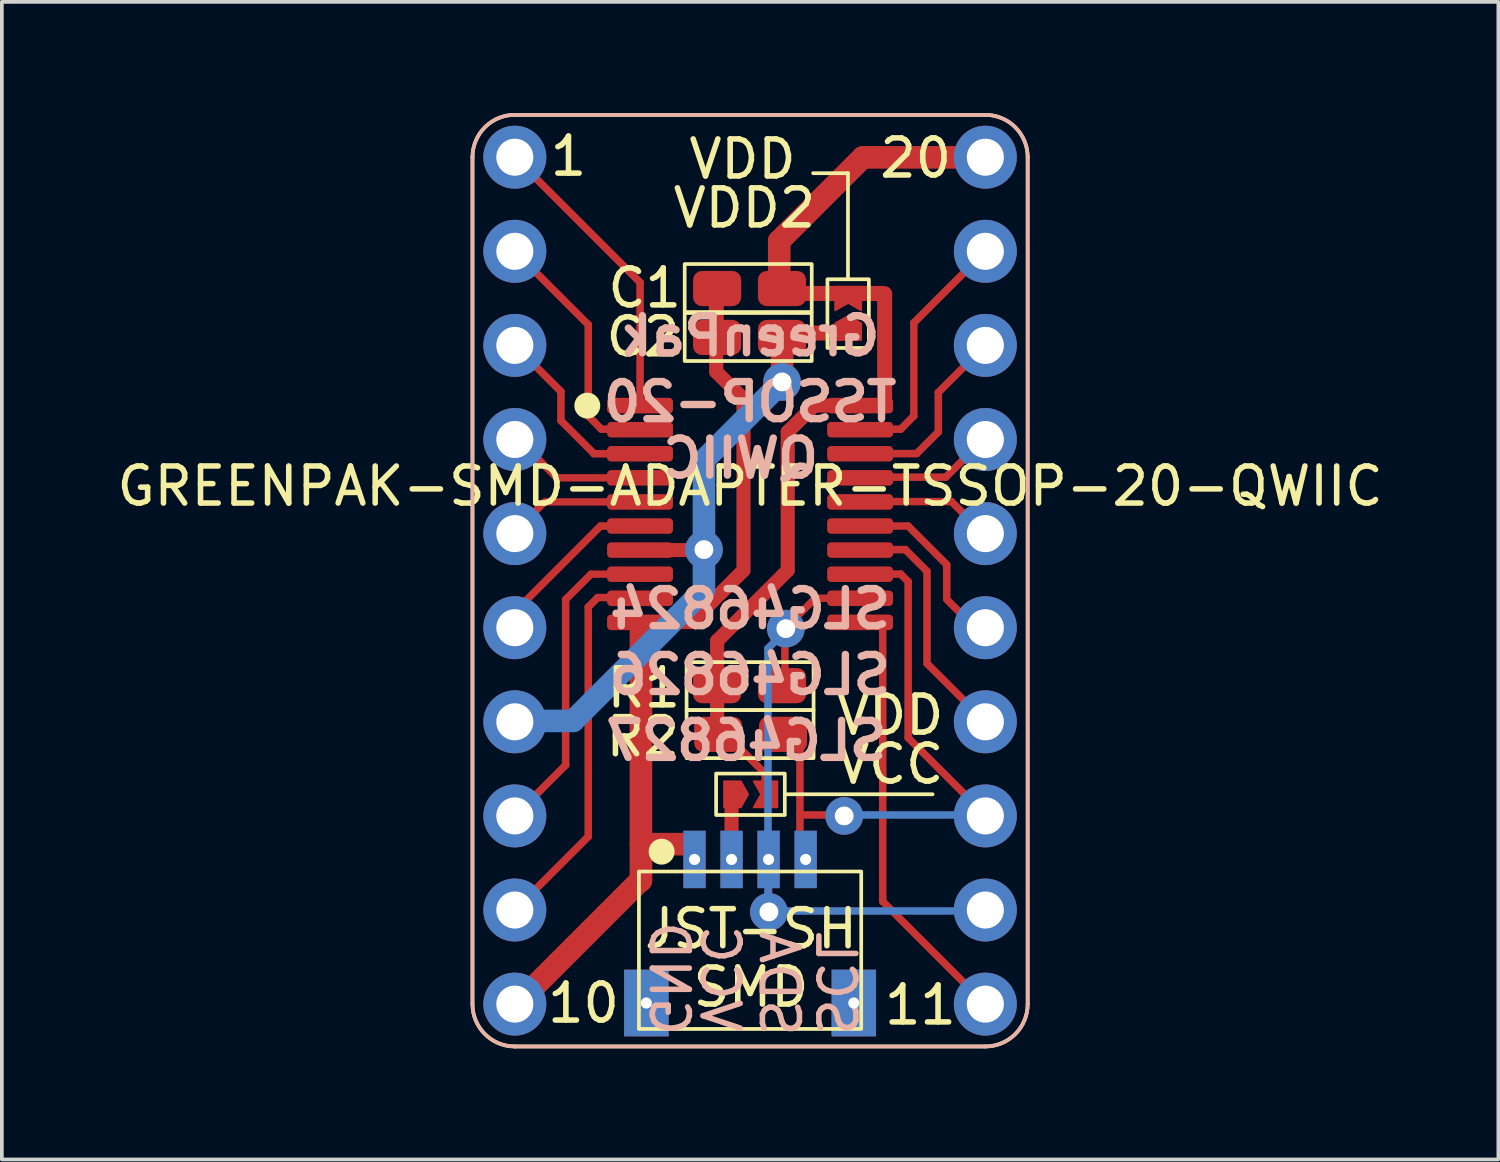
<source format=kicad_pcb>
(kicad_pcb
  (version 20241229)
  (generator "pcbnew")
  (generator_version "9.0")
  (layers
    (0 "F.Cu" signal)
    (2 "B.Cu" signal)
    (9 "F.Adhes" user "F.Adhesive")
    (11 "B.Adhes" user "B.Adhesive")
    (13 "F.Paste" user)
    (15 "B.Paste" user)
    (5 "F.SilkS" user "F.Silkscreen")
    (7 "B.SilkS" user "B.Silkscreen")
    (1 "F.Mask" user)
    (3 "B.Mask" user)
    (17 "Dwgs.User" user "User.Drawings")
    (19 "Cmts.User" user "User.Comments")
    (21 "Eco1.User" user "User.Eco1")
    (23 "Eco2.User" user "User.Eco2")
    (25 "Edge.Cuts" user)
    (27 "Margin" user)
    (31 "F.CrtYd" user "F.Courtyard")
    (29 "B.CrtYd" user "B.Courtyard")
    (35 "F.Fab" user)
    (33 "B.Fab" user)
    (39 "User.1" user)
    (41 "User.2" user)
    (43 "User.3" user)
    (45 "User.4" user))
  (footprint "GREENPAK-SMD-ADAPTER-TSSOP-20-QWIIC"
    (layer "F.Cu")
    (at 17.196 12.623)
    (property "Reference" "GREENPAK-SMD-ADAPTER-TSSOP-20-QWIIC" (at 0 -2.55 0) (layer "F.SilkS") (effects (font (size 1 1) (thickness 0.15))))
    (attr smd)
    (fp_line (start -6.375 8.915) (end -4.37 6.91) (stroke (width 0.203) (type default)) (layer "F.Cu"))
    (fp_line (start -6.35 -11.43) (end -2.972 -8.052) (stroke (width 0.203) (type default)) (layer "F.Cu"))
    (fp_line (start -6.35 -8.89) (end -4.369 -6.909) (stroke (width 0.203) (type default)) (layer "F.Cu"))
    (fp_line (start -6.35 -6.35) (end -5.105 -5.105) (stroke (width 0.203) (type default)) (layer "F.Cu"))
    (fp_line (start -6.349 6.349) (end -4.978 4.978) (stroke (width 0.203) (type default)) (layer "F.Cu"))
    (fp_line (start -6.287 -3.849) (end -5.216 -2.777) (stroke (width 0.2) (type default)) (layer "F.Cu"))
    (fp_line (start -5.547 -2.124) (end -6.404 -1.267) (stroke (width 0.2) (type default)) (layer "F.Cu"))
    (fp_line (start -5.207 -2.775) (end -2.97 -2.775) (stroke (width 0.2) (type default)) (layer "F.Cu"))
    (fp_line (start -5.106 -4.321) (end -4.214 -3.429) (stroke (width 0.203) (type default)) (layer "F.Cu"))
    (fp_line (start -5.105 -4.318) (end -5.105 -5.105) (stroke (width 0.203) (type default)) (layer "F.Cu"))
    (fp_line (start -4.981 0.511) (end -4.296 -0.174) (stroke (width 0.2) (type default)) (layer "F.Cu"))
    (fp_line (start -4.978 0.508) (end -4.978 4.978) (stroke (width 0.203) (type default)) (layer "F.Cu"))
    (fp_line (start -4.369 -4.445) (end -4.369 -6.909) (stroke (width 0.203) (type default)) (layer "F.Cu"))
    (fp_line (start -4.369 0.711) (end -4.369 6.909) (stroke (width 0.203) (type default)) (layer "F.Cu"))
    (fp_line (start -4.368 0.711) (end -4.114 0.457) (stroke (width 0.203) (type default)) (layer "F.Cu"))
    (fp_line (start -4.039 -1.473) (end -6.5 0.988) (stroke (width 0.203) (type default)) (layer "F.Cu"))
    (fp_line (start -4.013 -4.089) (end -4.367 -4.443) (stroke (width 0.203) (type default)) (layer "F.Cu"))
    (fp_line (start -2.97 -4.725) (end -2.97 -8.052) (stroke (width 0.203) (type default)) (layer "F.Cu"))
    (fp_line (start -2.97 -4.089) (end -4.013 -4.089) (stroke (width 0.203) (type default)) (layer "F.Cu"))
    (fp_line (start -2.97 -3.425) (end -4.216 -3.425) (stroke (width 0.203) (type default)) (layer "F.Cu"))
    (fp_line (start -2.97 -2.125) (end -5.537 -2.125) (stroke (width 0.2) (type default)) (layer "F.Cu"))
    (fp_line (start -2.97 -1.475) (end -4.039 -1.475) (stroke (width 0.203) (type default)) (layer "F.Cu"))
    (fp_line (start -2.97 -0.175) (end -4.293 -0.175) (stroke (width 0.2) (type default)) (layer "F.Cu"))
    (fp_line (start -2.946 1.295) (end -2.946 8.103) (stroke (width 0.61) (type default)) (layer "F.Cu"))
    (fp_line (start -2.946 8.077) (end -6.388 11.519) (stroke (width 0.61) (type default)) (layer "F.Cu"))
    (fp_line (start -2.945 0.457) (end -4.115 0.457) (stroke (width 0.203) (type default)) (layer "F.Cu"))
    (fp_line (start -1.575 1.118) (end -2.997 1.118) (stroke (width 0.381) (type default)) (layer "F.Cu"))
    (fp_line (start -1.575 7.112) (end -2.946 7.112) (stroke (width 0.61) (type default)) (layer "F.Cu"))
    (fp_line (start -1.245 -0.825) (end -2.97 -0.825) (stroke (width 0.381) (type default)) (layer "F.Cu"))
    (fp_line (start -0.914 -6.564) (end -0.914 -7.885) (stroke (width 0.406) (type default)) (layer "F.Cu"))
    (fp_line (start -0.914 -6.477) (end -0.914 -5.639) (stroke (width 0.381) (type default)) (layer "F.Cu"))
    (fp_line (start -0.893 1.63) (end 1.015 -0.278) (stroke (width 0.381) (type default)) (layer "F.Cu"))
    (fp_line (start -0.889 1.626) (end -0.889 2.87) (stroke (width 0.381) (type default)) (layer "F.Cu"))
    (fp_line (start -0.889 2.834) (end -0.889 4.129) (stroke (width 0.381) (type default)) (layer "F.Cu"))
    (fp_line (start -0.5 7.525) (end -0.5 5.715) (stroke (width 0.381) (type default)) (layer "F.Cu"))
    (fp_line (start -0.489 4.312) (end 0.406 5.207) (stroke (width 0.203) (type default)) (layer "F.Cu"))
    (fp_line (start -0.185 -0.272) (end -1.573 1.116) (stroke (width 0.381) (type default)) (layer "F.Cu"))
    (fp_line (start -0.178 -4.903) (end -0.914 -5.639) (stroke (width 0.381) (type default)) (layer "F.Cu"))
    (fp_line (start -0.178 -4.902) (end -0.178 -0.279) (stroke (width 0.381) (type default)) (layer "F.Cu"))
    (fp_line (start 0.406 5.22) (end 0.406 5.588) (stroke (width 0.203) (type default)) (layer "F.Cu"))
    (fp_line (start 0.5 9.296) (end 0.5 7.525) (stroke (width 0.203) (type default)) (layer "F.Cu"))
    (fp_line (start 0.709 1.526) (end 1.76 0.475) (stroke (width 0.2) (type default)) (layer "F.Cu"))
    (fp_line (start 0.787 -9.169) (end 3.043 -11.425) (stroke (width 0.61) (type default)) (layer "F.Cu"))
    (fp_line (start 0.787 -7.95) (end 0.787 -9.169) (stroke (width 0.61) (type default)) (layer "F.Cu"))
    (fp_line (start 0.787 -7.752) (end 3.556 -7.752) (stroke (width 0.406) (type default)) (layer "F.Cu"))
    (fp_line (start 0.864 -6.685) (end 2.388 -6.685) (stroke (width 0.406) (type default)) (layer "F.Cu"))
    (fp_line (start 0.864 -6.558) (end 0.864 -5.39) (stroke (width 0.61) (type default)) (layer "F.Cu"))
    (fp_line (start 0.94 1.321) (end 0.94 2.845) (stroke (width 0.203) (type default)) (layer "F.Cu"))
    (fp_line (start 1.016 -4.013) (end 1.016 -0.279) (stroke (width 0.381) (type default)) (layer "F.Cu"))
    (fp_line (start 1.017 -4.014) (end 1.727 -4.724) (stroke (width 0.381) (type default)) (layer "F.Cu"))
    (fp_line (start 1.346 4.064) (end 1.346 6.921) (stroke (width 0.203) (type default)) (layer "F.Cu"))
    (fp_line (start 1.346 6.325) (end 2.54 6.325) (stroke (width 0.203) (type default)) (layer "F.Cu"))
    (fp_line (start 1.778 0.475) (end 2.97 0.475) (stroke (width 0.2) (type default)) (layer "F.Cu"))
    (fp_line (start 2.919 -2.794) (end 5.283 -2.794) (stroke (width 0.203) (type default)) (layer "F.Cu"))
    (fp_line (start 2.945 -3.429) (end 4.496 -3.429) (stroke (width 0.203) (type default)) (layer "F.Cu"))
    (fp_line (start 2.97 -4.725) (end 1.727 -4.725) (stroke (width 0.381) (type default)) (layer "F.Cu"))
    (fp_line (start 2.97 -2.134) (end 5.436 -2.134) (stroke (width 0.203) (type default)) (layer "F.Cu"))
    (fp_line (start 2.97 -1.475) (end 4.267 -1.475) (stroke (width 0.203) (type default)) (layer "F.Cu"))
    (fp_line (start 3.581 1.1) (end 3.581 8.661) (stroke (width 0.203) (type default)) (layer "F.Cu"))
    (fp_line (start 3.632 -4.775) (end 3.632 -7.747) (stroke (width 0.406) (type default)) (layer "F.Cu"))
    (fp_line (start 4.064 -4.089) (end 3.175 -4.089) (stroke (width 0.203) (type default)) (layer "F.Cu"))
    (fp_line (start 4.064 -4.089) (end 4.42 -4.445) (stroke (width 0.203) (type default)) (layer "F.Cu"))
    (fp_line (start 4.064 -0.178) (end 3.454 -0.178) (stroke (width 0.203) (type default)) (layer "F.Cu"))
    (fp_line (start 4.19 -0.839) (end 4.774 -0.255) (stroke (width 0.203) (type default)) (layer "F.Cu"))
    (fp_line (start 4.191 -0.838) (end 3.099 -0.838) (stroke (width 0.203) (type default)) (layer "F.Cu"))
    (fp_line (start 4.267 0.025) (end 4.064 -0.178) (stroke (width 0.203) (type default)) (layer "F.Cu"))
    (fp_line (start 4.267 4.242) (end 4.267 0.025) (stroke (width 0.203) (type default)) (layer "F.Cu"))
    (fp_line (start 4.42 -4.445) (end 4.42 -6.96) (stroke (width 0.203) (type default)) (layer "F.Cu"))
    (fp_line (start 4.499 -3.432) (end 5.08 -4.013) (stroke (width 0.203) (type default)) (layer "F.Cu"))
    (fp_line (start 4.775 2.235) (end 4.775 -0.254) (stroke (width 0.203) (type default)) (layer "F.Cu"))
    (fp_line (start 5.08 -5.08) (end 5.08 -4.013) (stroke (width 0.203) (type default)) (layer "F.Cu"))
    (fp_line (start 5.309 -0.432) (end 5.309 0.483) (stroke (width 0.203) (type default)) (layer "F.Cu"))
    (fp_line (start 5.31 -0.43) (end 4.266 -1.475) (stroke (width 0.203) (type default)) (layer "F.Cu"))
    (fp_line (start 5.436 -2.134) (end 6.4 -1.169) (stroke (width 0.203) (type default)) (layer "F.Cu"))
    (fp_line (start 5.955 1.155) (end 5.309 0.508) (stroke (width 0.203) (type default)) (layer "F.Cu"))
    (fp_line (start 6.319 -3.83) (end 5.283 -2.794) (stroke (width 0.203) (type default)) (layer "F.Cu"))
    (fp_line (start 6.343 6.317) (end 4.267 4.242) (stroke (width 0.203) (type default)) (layer "F.Cu"))
    (fp_line (start 6.35 -11.425) (end 3.048 -11.425) (stroke (width 0.61) (type default)) (layer "F.Cu"))
    (fp_line (start 6.35 -8.889) (end 4.42 -6.96) (stroke (width 0.203) (type default)) (layer "F.Cu"))
    (fp_line (start 6.35 3.81) (end 4.778 2.238) (stroke (width 0.203) (type default)) (layer "F.Cu"))
    (fp_line (start 6.35 11.43) (end 3.588 8.668) (stroke (width 0.203) (type default)) (layer "F.Cu"))
    (fp_line (start 6.644 -6.644) (end 5.08 -5.08) (stroke (width 0.203) (type default)) (layer "F.Cu"))
    (fp_poly (pts (xy -0.251 5.416) (xy -0.701 5.416) (xy -0.701 6.116) (xy -0.251 6.116) (xy -0.051 5.766)) (stroke (width 0.05) (type solid)) (fill yes) (layer "F.Cu"))
    (fp_poly (pts (xy 0.099 5.416) (xy 0.736 5.416) (xy 0.736 6.116) (xy 0.099 6.116) (xy 0.299 5.766)) (stroke (width 0.05) (type solid)) (fill yes) (layer "F.Cu"))
    (fp_poly (pts (xy 2.297 -7.297) (xy 2.297 -7.933) (xy 2.997 -7.933) (xy 2.997 -7.297) (xy 2.647 -7.497)) (stroke (width 0.05) (type solid)) (fill yes) (layer "F.Cu"))
    (fp_poly (pts (xy 2.297 -6.947) (xy 2.297 -6.497) (xy 2.997 -6.497) (xy 2.997 -6.947) (xy 2.647 -7.147)) (stroke (width 0.05) (type solid)) (fill yes) (layer "F.Cu"))
    (fp_poly (pts (xy -0.251 5.416) (xy -0.701 5.416) (xy -0.701 6.116) (xy -0.251 6.116) (xy -0.051 5.766)) (stroke (width 0.1) (type solid)) (fill yes) (layer "F.Mask"))
    (fp_poly (pts (xy 0.1 5.421) (xy 0.737 5.421) (xy 0.737 6.121) (xy 0.1 6.121) (xy 0.3 5.771)) (stroke (width 0.1) (type solid)) (fill yes) (layer "F.Mask"))
    (fp_poly (pts (xy 2.297 -6.947) (xy 2.297 -6.497) (xy 2.997 -6.497) (xy 2.997 -6.947) (xy 2.647 -7.147)) (stroke (width 0.1) (type solid)) (fill yes) (layer "F.Mask"))
    (fp_poly (pts (xy 2.303 -7.298) (xy 2.303 -7.934) (xy 3.003 -7.934) (xy 3.003 -7.298) (xy 2.653 -7.498)) (stroke (width 0.1) (type solid)) (fill yes) (layer "F.Mask"))
    (fp_line (start -6.401 3.785) (end -4.775 3.785) (stroke (width 0.61) (type default)) (layer "B.Cu"))
    (fp_line (start -4.775 3.785) (end -1.249 0.258) (stroke (width 0.61) (type default)) (layer "B.Cu"))
    (fp_line (start -1.245 -3.254) (end 0.861 -5.359) (stroke (width 0.61) (type default)) (layer "B.Cu"))
    (fp_line (start -1.245 -3.251) (end -1.245 -0.838) (stroke (width 0.61) (type default)) (layer "B.Cu"))
    (fp_line (start -1.245 0.229) (end -1.245 -0.813) (stroke (width 0.61) (type default)) (layer "B.Cu"))
    (fp_line (start 0.483 9.296) (end 0.483 1.829) (stroke (width 0.203) (type default)) (layer "B.Cu"))
    (fp_line (start 0.486 1.826) (end 0.765 1.547) (stroke (width 0.203) (type default)) (layer "B.Cu"))
    (fp_line (start 0.508 8.915) (end 6.325 8.915) (stroke (width 0.203) (type default)) (layer "B.Cu"))
    (fp_line (start 2.54 6.325) (end 6.566 6.325) (stroke (width 0.203) (type default)) (layer "B.Cu"))
    (fp_line (start -7.493 11.43) (end -7.493 -11.43) (stroke (width 0.1) (type default)) (layer "F.SilkS"))
    (fp_line (start -6.35 -12.573) (end 6.35 -12.573) (stroke (width 0.1) (type default)) (layer "F.SilkS"))
    (fp_line (start 0.94 5.766) (end 4.928 5.766) (stroke (width 0.1) (type default)) (layer "F.SilkS"))
    (fp_line (start 1.702 -10.998) (end 2.642 -10.998) (stroke (width 0.1) (type default)) (layer "F.SilkS"))
    (fp_line (start 2.642 -10.998) (end 2.642 -8.153) (stroke (width 0.1) (type default)) (layer "F.SilkS"))
    (fp_line (start 6.35 12.573) (end -6.35 12.573) (stroke (width 0.1) (type default)) (layer "F.SilkS"))
    (fp_line (start 7.493 -11.43) (end 7.493 11.43) (stroke (width 0.1) (type default)) (layer "F.SilkS"))
    (fp_rect (start -3 7.85) (end 3 12.1) (stroke (width 0.1) (type default)) (fill no) (layer "F.SilkS"))
    (fp_rect (start -1.765 -8.546) (end 1.664 -7.25) (stroke (width 0.1) (type default)) (fill no) (layer "F.SilkS"))
    (fp_rect (start -1.765 -7.225) (end 1.664 -5.929) (stroke (width 0.1) (type default)) (fill no) (layer "F.SilkS"))
    (fp_rect (start -1.714 2.199) (end 1.714 3.494) (stroke (width 0.1) (type default)) (fill no) (layer "F.SilkS"))
    (fp_rect (start -1.714 3.494) (end 1.714 4.79) (stroke (width 0.1) (type default)) (fill no) (layer "F.SilkS"))
    (fp_rect (start -0.917 5.207) (end 0.937 6.325) (stroke (width 0.1) (type default)) (fill no) (layer "F.SilkS"))
    (fp_arc (start -7.493 -11.43) (mid -7.158223 -12.238223) (end -6.35 -12.573) (stroke (width 0.1) (type default)) (layer "F.SilkS"))
    (fp_arc (start -6.35 12.573) (mid -7.158223 12.238223) (end -7.493 11.43) (stroke (width 0.1) (type default)) (layer "F.SilkS"))
    (fp_arc (start 6.35 -12.573) (mid 7.158226 -12.238224) (end 7.493 -11.43) (stroke (width 0.1) (type default)) (layer "F.SilkS"))
    (fp_arc (start 7.493 11.43) (mid 7.158224 12.238224) (end 6.35 12.573) (stroke (width 0.1) (type default)) (layer "F.SilkS"))
    (fp_circle (center -4.394 -4.724) (end -4.094 -4.724) (stroke (width 0.1) (type solid)) (fill yes) (layer "F.SilkS"))
    (fp_circle (center -2.388 7.315) (end -2.088 7.315) (stroke (width 0.1) (type solid)) (fill yes) (layer "F.SilkS"))
    (fp_poly (pts (xy 2.088 -6.281) (xy 2.088 -8.135) (xy 3.206 -8.135) (xy 3.206 -6.281)) (stroke (width 0.1) (type default)) (fill no) (layer "F.SilkS"))
    (fp_line (start -7.493 11.43) (end -7.493 -11.43) (stroke (width 0.1) (type default)) (layer "B.SilkS"))
    (fp_line (start -6.35 -12.573) (end 6.35 -12.573) (stroke (width 0.1) (type default)) (layer "B.SilkS"))
    (fp_line (start 6.35 12.573) (end -6.35 12.573) (stroke (width 0.1) (type default)) (layer "B.SilkS"))
    (fp_line (start 7.493 -11.43) (end 7.493 11.43) (stroke (width 0.1) (type default)) (layer "B.SilkS"))
    (fp_arc (start -7.493 -11.43) (mid -7.158223 -12.238223) (end -6.35 -12.573) (stroke (width 0.1) (type default)) (layer "B.SilkS"))
    (fp_arc (start -6.35 12.573) (mid -7.158223 12.238223) (end -7.493 11.43) (stroke (width 0.1) (type default)) (layer "B.SilkS"))
    (fp_arc (start 6.35 -12.573) (mid 7.158223 -12.238223) (end 7.493 -11.43) (stroke (width 0.1) (type default)) (layer "B.SilkS"))
    (fp_arc (start 7.493 11.43) (mid 7.158223 12.238223) (end 6.35 12.573) (stroke (width 0.1) (type default)) (layer "B.SilkS"))
    (fp_text user "C2" (at -2.896 -6.579 0) (unlocked yes) (layer "F.SilkS") (effects (font (size 1 1) (thickness 0.15))))
    (fp_text user "11" (at 4.597 11.455 0) (unlocked yes) (layer "F.SilkS") (effects (font (size 1 1) (thickness 0.15))))
    (fp_text user "R2" (at -2.896 4.216 0) (unlocked yes) (layer "F.SilkS") (effects (font (size 1 1) (thickness 0.15))))
    (fp_text user "SMD" (at 0.025 10.973 0) (unlocked yes) (layer "F.SilkS") (effects (font (size 1 1) (thickness 0.15))))
    (fp_text user "R1" (at -2.87 2.896 0) (unlocked yes) (layer "F.SilkS") (effects (font (size 1 1) (thickness 0.15))))
    (fp_text user "C1" (at -2.845 -7.899 0) (unlocked yes) (layer "F.SilkS") (effects (font (size 1 1) (thickness 0.15))))
    (fp_text user "10" (at -4.496 11.405 0) (unlocked yes) (layer "F.SilkS") (effects (font (size 1 1) (thickness 0.15))))
    (fp_text user "20" (at 4.47 -11.405 0) (unlocked yes) (layer "F.SilkS") (effects (font (size 1 1) (thickness 0.15))))
    (fp_text user "1" (at -4.902 -11.455 0) (unlocked yes) (layer "F.SilkS") (effects (font (size 1 1) (thickness 0.15))))
    (fp_text user "VCC" (at 3.785 4.953 0) (unlocked yes) (layer "F.SilkS") (effects (font (size 1 1) (thickness 0.15))))
    (fp_text user "VDD" (at -0.203 -11.379 0) (unlocked yes) (layer "F.SilkS") (effects (font (size 1 1) (thickness 0.15))))
    (fp_text user "VDD" (at 3.785 3.632 0) (unlocked yes) (layer "F.SilkS") (effects (font (size 1 1) (thickness 0.15))))
    (fp_text user "VDD2" (at -0.152 -10.058 0) (unlocked yes) (layer "F.SilkS") (effects (font (size 1 1) (thickness 0.15))))
    (fp_text user "JST-SH" (at 0.025 9.398 0) (unlocked yes) (layer "F.SilkS") (effects (font (size 1 1) (thickness 0.15))))
    (fp_text user "SLG46826" (at 0 2.54 0) (unlocked yes) (layer "B.SilkS") (effects (font (size 1 1) (thickness 0.2) (bold yes)) (justify mirror)))
    (fp_text user "GreenPak" (at 0 -6.604 0) (unlocked yes) (layer "B.SilkS") (effects (font (size 1 1) (thickness 0.2) (bold yes)) (justify mirror)))
    (fp_text user "GND" (at -2.184 10.744 270) (unlocked yes) (layer "B.SilkS") (effects (font (size 1 1) (thickness 0.15)) (justify mirror)))
    (fp_text user "SCL" (at 2.311 10.871 270) (unlocked yes) (layer "B.SilkS") (effects (font (size 1 1) (thickness 0.15)) (justify mirror)))
    (fp_text user "SLG46827" (at -0.102 4.318 0) (unlocked yes) (layer "B.SilkS") (effects (font (size 1 1) (thickness 0.2) (bold yes)) (justify mirror)))
    (fp_text user "QWIIC" (at -0.254 -3.302 0) (unlocked yes) (layer "B.SilkS") (effects (font (size 1 1) (thickness 0.2) (bold yes)) (justify mirror)))
    (fp_text user "VCC" (at -0.813 10.744 270) (unlocked yes) (layer "B.SilkS") (effects (font (size 1 1) (thickness 0.15)) (justify mirror)))
    (fp_text user "SDA" (at 0.787 10.871 270) (unlocked yes) (layer "B.SilkS") (effects (font (size 1 1) (thickness 0.15)) (justify mirror)))
    (fp_text user "SLG46824" (at 0 0.762 0) (unlocked yes) (layer "B.SilkS") (effects (font (size 1 1) (thickness 0.2) (bold yes)) (justify mirror)))
    (fp_text user "TSSOP-20" (at 0 -4.826 0) (unlocked yes) (layer "B.SilkS") (effects (font (size 1 1) (thickness 0.2) (bold yes)) (justify mirror)))
    (pad "" thru_hole rect (at -2.8 11.4) (size 1.2 1.8) (drill 0.3) (layers "*.Cu" "F.Mask" "F.Paste"))
    (pad "" thru_hole rect (at 2.8 11.4) (size 1.2 1.8) (drill 0.3) (layers "*.Cu" "F.Mask" "F.Paste"))
    (pad "1" thru_hole circle (at -6.35 -11.43) (size 1.7 1.7) (drill 1) (layers "*.Cu" "*.Mask"))
    (pad "1" smd roundrect (at -2.97 -4.725) (size 1.78 0.42) (layers "F.Cu" "F.Mask" "F.Paste") (roundrect_rratio 0.25))
    (pad "2" thru_hole circle (at -6.35 -8.89) (size 1.7 1.7) (drill 1) (layers "*.Cu" "*.Mask"))
    (pad "2" smd roundrect (at -2.97 -4.075) (size 1.78 0.42) (layers "F.Cu" "F.Mask" "F.Paste") (roundrect_rratio 0.25))
    (pad "3" thru_hole circle (at -6.35 -6.35) (size 1.7 1.7) (drill 1) (layers "*.Cu" "*.Mask"))
    (pad "3" smd roundrect (at -2.97 -3.425) (size 1.78 0.42) (layers "F.Cu" "F.Mask" "F.Paste") (roundrect_rratio 0.25))
    (pad "4" thru_hole circle (at -6.35 -3.81) (size 1.7 1.7) (drill 1) (layers "*.Cu" "*.Mask"))
    (pad "4" smd roundrect (at -2.97 -2.775) (size 1.78 0.42) (layers "F.Cu" "F.Mask" "F.Paste") (roundrect_rratio 0.25))
    (pad "5" thru_hole circle (at -6.35 -1.27) (size 1.7 1.7) (drill 1) (layers "*.Cu" "*.Mask"))
    (pad "5" smd roundrect (at -2.97 -2.125) (size 1.78 0.42) (layers "F.Cu" "F.Mask" "F.Paste") (roundrect_rratio 0.25))
    (pad "6" thru_hole circle (at -6.35 1.27) (size 1.7 1.7) (drill 1) (layers "*.Cu" "*.Mask"))
    (pad "6" smd roundrect (at -2.97 -1.475) (size 1.78 0.42) (layers "F.Cu" "F.Mask" "F.Paste") (roundrect_rratio 0.25))
    (pad "7" thru_hole circle (at -6.35 3.81) (size 1.7 1.7) (drill 1) (layers "*.Cu" "*.Mask"))
    (pad "7" smd roundrect (at -2.97 -0.825) (size 1.78 0.42) (layers "F.Cu" "F.Mask" "F.Paste") (roundrect_rratio 0.25))
    (pad "7" thru_hole circle (at -1.245 -0.838) (size 1.016 1.016) (drill 0.508) (layers "*.Cu"))
    (pad "7" smd roundrect (at 0.861 -6.564) (size 1.3 0.95) (layers "F.Cu" "F.Mask" "F.Paste") (roundrect_rratio 0.25))
    (pad "7" thru_hole circle (at 0.864 -5.364) (size 1.016 1.016) (drill 0.508) (layers "*.Cu"))
    (pad "8" thru_hole circle (at -6.35 6.35) (size 1.7 1.7) (drill 1) (layers "*.Cu" "*.Mask"))
    (pad "8" smd roundrect (at -2.97 -0.175) (size 1.78 0.42) (layers "F.Cu" "F.Mask" "F.Paste") (roundrect_rratio 0.25))
    (pad "9" thru_hole circle (at -6.35 8.89) (size 1.7 1.7) (drill 1) (layers "*.Cu" "*.Mask"))
    (pad "9" smd roundrect (at -2.97 0.475) (size 1.78 0.42) (layers "F.Cu" "F.Mask" "F.Paste") (roundrect_rratio 0.25))
    (pad "10" thru_hole circle (at -6.35 11.43) (size 1.7 1.7) (drill 1) (layers "*.Cu" "*.Mask"))
    (pad "10" smd roundrect (at -2.97 1.125) (size 1.78 0.42) (layers "F.Cu" "F.Mask" "F.Paste") (roundrect_rratio 0.25))
    (pad "10" thru_hole rect (at -1.5 7.525) (size 0.6 1.55) (drill 0.3) (layers "*.Cu" "F.Mask" "F.Paste"))
    (pad "10" smd roundrect (at -0.889 -7.885) (size 1.3 0.95) (layers "F.Cu" "F.Mask" "F.Paste") (roundrect_rratio 0.25))
    (pad "10" smd roundrect (at -0.889 -6.564) (size 1.3 0.95) (layers "F.Cu" "F.Mask" "F.Paste") (roundrect_rratio 0.25))
    (pad "11" smd roundrect (at 2.97 1.125) (size 1.78 0.42) (layers "F.Cu" "F.Mask" "F.Paste") (roundrect_rratio 0.25))
    (pad "11" thru_hole circle (at 6.35 11.43) (size 1.7 1.7) (drill 1) (layers "*.Cu" "*.Mask"))
    (pad "12" thru_hole rect (at 0.5 7.525) (size 0.6 1.55) (drill 0.3) (layers "*.Cu" "F.Mask" "F.Paste"))
    (pad "12" thru_hole circle (at 0.508 8.941) (size 1.016 1.016) (drill 0.508) (layers "*.Cu"))
    (pad "12" smd roundrect (at 0.861 2.834 180) (size 1.3 0.95) (layers "F.Cu" "F.Mask" "F.Paste") (roundrect_rratio 0.25))
    (pad "12" thru_hole circle (at 0.965 1.295) (size 1.016 1.016) (drill 0.508) (layers "*.Cu"))
    (pad "12" smd roundrect (at 2.97 0.475) (size 1.78 0.42) (layers "F.Cu" "F.Mask" "F.Paste") (roundrect_rratio 0.25))
    (pad "12" thru_hole circle (at 6.35 8.89) (size 1.7 1.7) (drill 1) (layers "*.Cu" "*.Mask"))
    (pad "13" smd roundrect (at 0.889 4.148 180) (size 1.3 0.95) (layers "F.Cu" "F.Mask" "F.Paste") (roundrect_rratio 0.25))
    (pad "13" thru_hole rect (at 1.5 7.525) (size 0.6 1.55) (drill 0.3) (layers "*.Cu" "F.Mask" "F.Paste"))
    (pad "13" thru_hole circle (at 2.54 6.35) (size 1.016 1.016) (drill 0.508) (layers "*.Cu"))
    (pad "13" smd roundrect (at 2.97 -0.175) (size 1.78 0.42) (layers "F.Cu" "F.Mask" "F.Paste") (roundrect_rratio 0.25))
    (pad "13" thru_hole circle (at 6.35 6.35) (size 1.7 1.7) (drill 1) (layers "*.Cu" "*.Mask"))
    (pad "14" smd roundrect (at 2.97 -0.825) (size 1.78 0.42) (layers "F.Cu" "F.Mask" "F.Paste") (roundrect_rratio 0.25))
    (pad "14" thru_hole circle (at 6.35 3.81) (size 1.7 1.7) (drill 1) (layers "*.Cu" "*.Mask"))
    (pad "15" smd roundrect (at 2.97 -1.475) (size 1.78 0.42) (layers "F.Cu" "F.Mask" "F.Paste") (roundrect_rratio 0.25))
    (pad "15" thru_hole circle (at 6.35 1.27) (size 1.7 1.7) (drill 1) (layers "*.Cu" "*.Mask"))
    (pad "16" smd roundrect (at 2.97 -2.125) (size 1.78 0.42) (layers "F.Cu" "F.Mask" "F.Paste") (roundrect_rratio 0.25))
    (pad "16" thru_hole circle (at 6.35 -1.27) (size 1.7 1.7) (drill 1) (layers "*.Cu" "*.Mask"))
    (pad "17" smd roundrect (at 2.97 -2.775) (size 1.78 0.42) (layers "F.Cu" "F.Mask" "F.Paste") (roundrect_rratio 0.25))
    (pad "17" thru_hole circle (at 6.35 -3.81) (size 1.7 1.7) (drill 1) (layers "*.Cu" "*.Mask"))
    (pad "18" smd roundrect (at 2.97 -3.425) (size 1.78 0.42) (layers "F.Cu" "F.Mask" "F.Paste") (roundrect_rratio 0.25))
    (pad "18" thru_hole circle (at 6.35 -6.35) (size 1.7 1.7) (drill 1) (layers "*.Cu" "*.Mask"))
    (pad "19" smd roundrect (at 2.97 -4.075) (size 1.78 0.42) (layers "F.Cu" "F.Mask" "F.Paste") (roundrect_rratio 0.25))
    (pad "19" thru_hole circle (at 6.35 -8.89) (size 1.7 1.7) (drill 1) (layers "*.Cu" "*.Mask"))
    (pad "20" smd roundrect (at -0.889 2.834 180) (size 1.3 0.95) (layers "F.Cu" "F.Mask" "F.Paste") (roundrect_rratio 0.25))
    (pad "20" smd roundrect (at -0.861 4.148 180) (size 1.3 0.95) (layers "F.Cu" "F.Mask" "F.Paste") (roundrect_rratio 0.25))
    (pad "20" thru_hole rect (at -0.5 7.525) (size 0.6 1.55) (drill 0.3) (layers "*.Cu" "F.Mask" "F.Paste"))
    (pad "20" smd roundrect (at 0.861 -7.885) (size 1.3 0.95) (layers "F.Cu" "F.Mask" "F.Paste") (roundrect_rratio 0.25))
    (pad "20" smd roundrect (at 2.97 -4.725) (size 1.78 0.42) (layers "F.Cu" "F.Mask" "F.Paste") (roundrect_rratio 0.25))
    (pad "20" thru_hole circle (at 6.35 -11.43) (size 1.7 1.7) (drill 1) (layers "*.Cu" "*.Mask")))
  (gr_rect
    (start -3 -3)
    (end 37.393 28.246)
    (stroke (width 0.1) (type default))
    (fill no)
    (layer "Edge.Cuts")))
</source>
